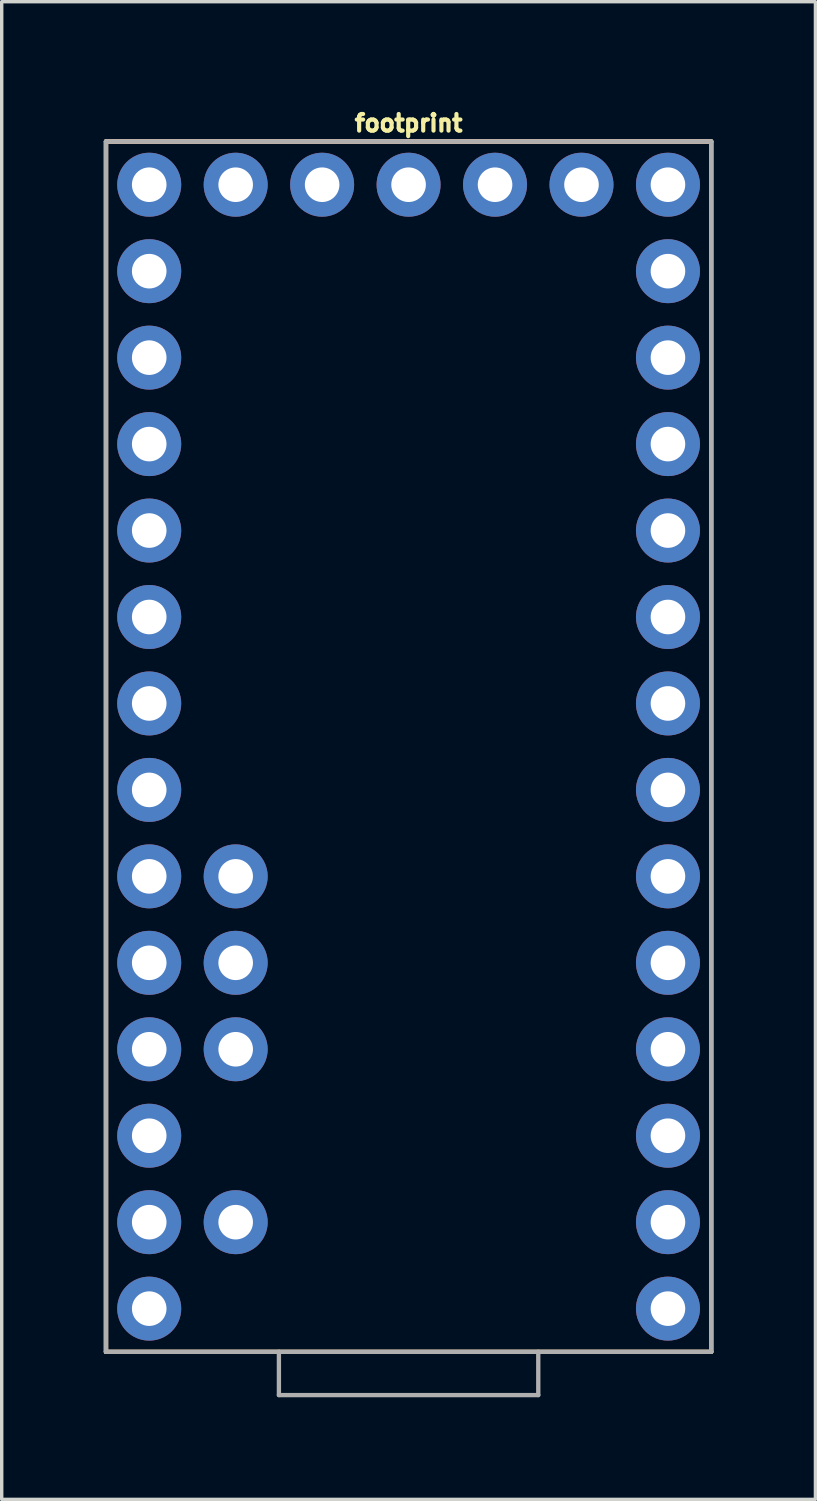
<source format=kicad_pcb>
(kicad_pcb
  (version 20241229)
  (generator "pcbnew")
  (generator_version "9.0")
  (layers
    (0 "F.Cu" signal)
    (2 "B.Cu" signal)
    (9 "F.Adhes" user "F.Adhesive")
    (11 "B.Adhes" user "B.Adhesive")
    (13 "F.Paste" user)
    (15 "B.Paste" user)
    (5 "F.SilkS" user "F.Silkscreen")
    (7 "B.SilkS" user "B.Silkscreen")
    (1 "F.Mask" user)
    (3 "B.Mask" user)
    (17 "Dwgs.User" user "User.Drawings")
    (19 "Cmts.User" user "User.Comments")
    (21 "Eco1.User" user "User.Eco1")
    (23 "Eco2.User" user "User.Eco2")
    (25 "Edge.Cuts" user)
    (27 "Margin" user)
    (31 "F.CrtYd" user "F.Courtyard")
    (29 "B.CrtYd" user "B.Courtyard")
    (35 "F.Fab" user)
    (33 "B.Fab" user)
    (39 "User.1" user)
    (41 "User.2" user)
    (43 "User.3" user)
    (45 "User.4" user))
  (footprint "footprint"
    (layer "F.Cu")
    (at 8.954 18.887)
    (property "Reference" "footprint" (at 0 -18.034 0) (layer "F.SilkS") (effects (font (size 0.488 0.488) (thickness 0.122)) (justify bottom)))
    (fp_line (start -8.89 -17.78) (end 8.89 -17.78) (stroke (width 0.127) (type solid)) (layer "F.SilkS"))
    (fp_line (start -8.89 17.78) (end -8.89 -17.78) (stroke (width 0.127) (type solid)) (layer "F.SilkS"))
    (fp_line (start 8.89 -17.78) (end 8.89 17.78) (stroke (width 0.127) (type solid)) (layer "F.SilkS"))
    (fp_line (start 8.89 17.78) (end -8.89 17.78) (stroke (width 0.127) (type solid)) (layer "F.SilkS"))
    (fp_line (start -8.89 -17.78) (end 8.89 -17.78) (stroke (width 0.127) (type solid)) (layer "B.SilkS"))
    (fp_line (start -8.89 17.78) (end -8.89 -17.78) (stroke (width 0.127) (type solid)) (layer "B.SilkS"))
    (fp_line (start 8.89 -17.78) (end 8.89 17.78) (stroke (width 0.127) (type solid)) (layer "B.SilkS"))
    (fp_line (start 8.89 17.78) (end -8.89 17.78) (stroke (width 0.127) (type solid)) (layer "B.SilkS"))
    (fp_line (start -8.89 -17.78) (end 8.89 -17.78) (stroke (width 0.127) (type solid)) (layer "F.Fab"))
    (fp_line (start -8.89 17.78) (end -8.89 -17.78) (stroke (width 0.127) (type solid)) (layer "F.Fab"))
    (fp_line (start -3.81 17.78) (end -8.89 17.78) (stroke (width 0.127) (type solid)) (layer "F.Fab"))
    (fp_line (start -3.81 19.05) (end -3.81 17.78) (stroke (width 0.127) (type solid)) (layer "F.Fab"))
    (fp_line (start -3.81 19.05) (end 3.81 19.05) (stroke (width 0.127) (type solid)) (layer "F.Fab"))
    (fp_line (start 3.81 17.78) (end -3.81 17.78) (stroke (width 0.127) (type solid)) (layer "F.Fab"))
    (fp_line (start 3.81 19.05) (end 3.81 17.78) (stroke (width 0.127) (type solid)) (layer "F.Fab"))
    (fp_line (start 8.89 -17.78) (end 8.89 17.78) (stroke (width 0.127) (type solid)) (layer "F.Fab"))
    (fp_line (start 8.89 17.78) (end 3.81 17.78) (stroke (width 0.127) (type solid)) (layer "F.Fab"))
    (pad "0" thru_hole circle (at 7.62 13.97) (size 1.88 1.88) (drill 1.016) (layers "*.Cu" "*.Mask"))
    (pad "1" thru_hole circle (at 7.62 11.43) (size 1.88 1.88) (drill 1.016) (layers "*.Cu" "*.Mask"))
    (pad "2" thru_hole circle (at 7.62 8.89) (size 1.88 1.88) (drill 1.016) (layers "*.Cu" "*.Mask"))
    (pad "3" thru_hole circle (at 7.62 6.35) (size 1.88 1.88) (drill 1.016) (layers "*.Cu" "*.Mask"))
    (pad "3.3V" thru_hole circle (at 2.54 -16.51) (size 1.88 1.88) (drill 1.016) (layers "*.Cu" "*.Mask"))
    (pad "3V" thru_hole circle (at -7.62 11.43) (size 1.88 1.88) (drill 1.016) (layers "*.Cu" "*.Mask"))
    (pad "4" thru_hole circle (at 7.62 3.81) (size 1.88 1.88) (drill 1.016) (layers "*.Cu" "*.Mask"))
    (pad "5" thru_hole circle (at 7.62 1.27) (size 1.88 1.88) (drill 1.016) (layers "*.Cu" "*.Mask"))
    (pad "6" thru_hole circle (at 7.62 -1.27) (size 1.88 1.88) (drill 1.016) (layers "*.Cu" "*.Mask"))
    (pad "7" thru_hole circle (at 7.62 -3.81) (size 1.88 1.88) (drill 1.016) (layers "*.Cu" "*.Mask"))
    (pad "8" thru_hole circle (at 7.62 -6.35) (size 1.88 1.88) (drill 1.016) (layers "*.Cu" "*.Mask"))
    (pad "9" thru_hole circle (at 7.62 -8.89) (size 1.88 1.88) (drill 1.016) (layers "*.Cu" "*.Mask"))
    (pad "10" thru_hole circle (at 7.62 -11.43) (size 1.88 1.88) (drill 1.016) (layers "*.Cu" "*.Mask"))
    (pad "11" thru_hole circle (at 7.62 -13.97) (size 1.88 1.88) (drill 1.016) (layers "*.Cu" "*.Mask"))
    (pad "12" thru_hole circle (at 7.62 -16.51) (size 1.88 1.88) (drill 1.016) (layers "*.Cu" "*.Mask"))
    (pad "13" thru_hole circle (at -7.62 -16.51) (size 1.88 1.88) (drill 1.016) (layers "*.Cu" "*.Mask"))
    (pad "14" thru_hole circle (at -7.62 -13.97) (size 1.88 1.88) (drill 1.016) (layers "*.Cu" "*.Mask"))
    (pad "15" thru_hole circle (at -7.62 -11.43) (size 1.88 1.88) (drill 1.016) (layers "*.Cu" "*.Mask"))
    (pad "16" thru_hole circle (at -7.62 -8.89) (size 1.88 1.88) (drill 1.016) (layers "*.Cu" "*.Mask"))
    (pad "17" thru_hole circle (at -7.62 -6.35) (size 1.88 1.88) (drill 1.016) (layers "*.Cu" "*.Mask"))
    (pad "18" thru_hole circle (at -7.62 -3.81) (size 1.88 1.88) (drill 1.016) (layers "*.Cu" "*.Mask"))
    (pad "19" thru_hole circle (at -7.62 -1.27) (size 1.88 1.88) (drill 1.016) (layers "*.Cu" "*.Mask"))
    (pad "20" thru_hole circle (at -7.62 1.27) (size 1.88 1.88) (drill 1.016) (layers "*.Cu" "*.Mask"))
    (pad "21" thru_hole circle (at -7.62 3.81) (size 1.88 1.88) (drill 1.016) (layers "*.Cu" "*.Mask"))
    (pad "22" thru_hole circle (at -7.62 6.35) (size 1.88 1.88) (drill 1.016) (layers "*.Cu" "*.Mask"))
    (pad "23" thru_hole circle (at -7.62 8.89) (size 1.88 1.88) (drill 1.016) (layers "*.Cu" "*.Mask"))
    (pad "A10" thru_hole circle (at -5.08 6.35) (size 1.88 1.88) (drill 1.016) (layers "*.Cu" "*.Mask"))
    (pad "A11" thru_hole circle (at -5.08 3.81) (size 1.88 1.88) (drill 1.016) (layers "*.Cu" "*.Mask"))
    (pad "A14/DAC" thru_hole circle (at -5.08 -16.51) (size 1.88 1.88) (drill 1.016) (layers "*.Cu" "*.Mask"))
    (pad "AGND" thru_hole circle (at -7.62 13.97) (size 1.88 1.88) (drill 1.016) (layers "*.Cu" "*.Mask"))
    (pad "AREF" thru_hole circle (at -5.08 8.89) (size 1.88 1.88) (drill 1.016) (layers "*.Cu" "*.Mask"))
    (pad "GND" thru_hole circle (at 0 -16.51) (size 1.88 1.88) (drill 1.016) (layers "*.Cu" "*.Mask"))
    (pad "GND1" thru_hole circle (at 7.62 16.51) (size 1.88 1.88) (drill 1.016) (layers "*.Cu" "*.Mask"))
    (pad "PROG" thru_hole circle (at -2.54 -16.51) (size 1.88 1.88) (drill 1.016) (layers "*.Cu" "*.Mask"))
    (pad "VBAT" thru_hole circle (at 5.08 -16.51) (size 1.88 1.88) (drill 1.016) (layers "*.Cu" "*.Mask"))
    (pad "VIN" thru_hole circle (at -7.62 16.51) (size 1.88 1.88) (drill 1.016) (layers "*.Cu" "*.Mask"))
    (pad "VUSB" thru_hole circle (at -5.08 13.97) (size 1.88 1.88) (drill 1.016) (layers "*.Cu" "*.Mask")))
  (gr_rect
    (start -3 -3)
    (end 20.907 41.001)
    (stroke (width 0.1) (type default))
    (fill no)
    (layer "Edge.Cuts")))
</source>
